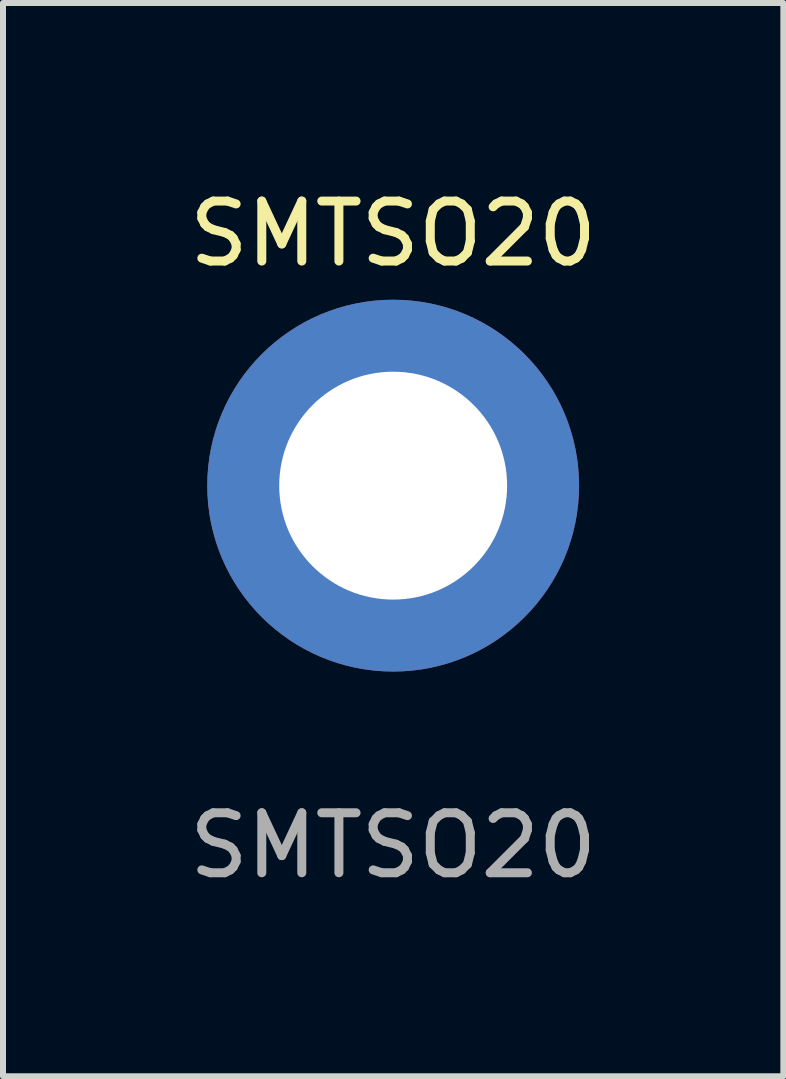
<source format=kicad_pcb>
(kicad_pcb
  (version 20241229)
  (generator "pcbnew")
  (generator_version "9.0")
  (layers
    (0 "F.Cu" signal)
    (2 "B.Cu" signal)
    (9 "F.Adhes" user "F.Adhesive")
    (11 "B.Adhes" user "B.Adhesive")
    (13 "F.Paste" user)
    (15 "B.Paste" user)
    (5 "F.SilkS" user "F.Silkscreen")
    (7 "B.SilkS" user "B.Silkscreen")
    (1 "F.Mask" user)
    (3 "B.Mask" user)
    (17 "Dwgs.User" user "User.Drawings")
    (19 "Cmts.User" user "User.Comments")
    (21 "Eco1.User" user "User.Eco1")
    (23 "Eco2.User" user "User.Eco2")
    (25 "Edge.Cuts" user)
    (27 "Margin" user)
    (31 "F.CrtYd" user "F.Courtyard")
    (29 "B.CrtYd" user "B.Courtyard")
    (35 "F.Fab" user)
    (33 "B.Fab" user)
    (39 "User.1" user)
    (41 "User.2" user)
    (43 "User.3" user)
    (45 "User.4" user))
  (footprint "SMTSO20"
    (layer "F.Cu")
    (at 3.506 5.048)
    (property "Reference" "SMTSO20" (at 0 -4.2 0) (unlocked yes) (layer "F.SilkS") (effects (font (size 1 1) (thickness 0.15))))
    (attr through_hole)
    (fp_circle (center -2.5 0) (end -1.98 0) (stroke (width 0.12) (type solid)) (fill yes) (layer "F.Paste"))
    (fp_circle (center -1.77 -1.77) (end -1.25 -1.77) (stroke (width 0.12) (type solid)) (fill yes) (layer "F.Paste"))
    (fp_circle (center -1.77 1.77) (end -1.25 1.77) (stroke (width 0.12) (type solid)) (fill yes) (layer "F.Paste"))
    (fp_circle (center 0 -2.5) (end 0.52 -2.5) (stroke (width 0.12) (type solid)) (fill yes) (layer "F.Paste"))
    (fp_circle (center 0 2.5) (end 0.52 2.5) (stroke (width 0.12) (type solid)) (fill yes) (layer "F.Paste"))
    (fp_circle (center 1.77 -1.77) (end 2.29 -1.77) (stroke (width 0.12) (type solid)) (fill yes) (layer "F.Paste"))
    (fp_circle (center 1.77 1.77) (end 2.29 1.77) (stroke (width 0.12) (type solid)) (fill yes) (layer "F.Paste"))
    (fp_circle (center 2.5 0) (end 3.02 0) (stroke (width 0.12) (type solid)) (fill yes) (layer "F.Paste"))
    (fp_text user "${REFERENCE}" (at 0 6 0) (unlocked yes) (layer "F.Fab") (effects (font (size 1 1) (thickness 0.15))))
    (pad "1" thru_hole circle (at 0 0) (size 6.2 6.2) (drill 3.8) (layers "*.Cu" "*.Mask") (remove_unused_layers yes) (keep_end_layers yes) (zone_layer_connections)))
  (gr_rect
    (start -3 -3)
    (end 10.012 14.896)
    (stroke (width 0.1) (type default))
    (fill no)
    (layer "Edge.Cuts")))
</source>
